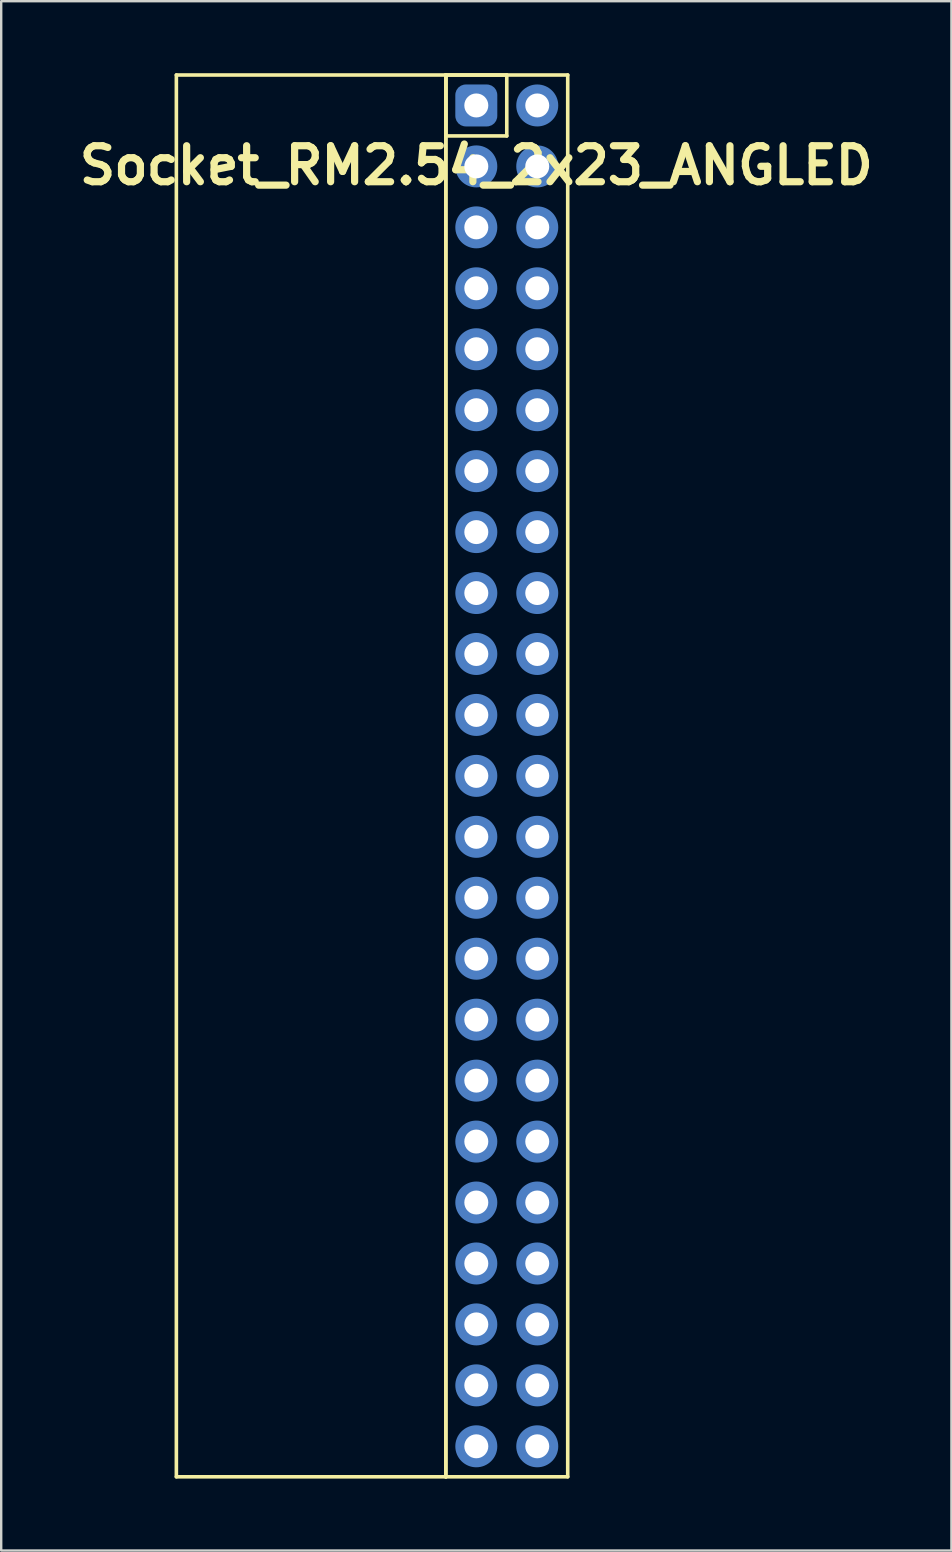
<source format=kicad_pcb>
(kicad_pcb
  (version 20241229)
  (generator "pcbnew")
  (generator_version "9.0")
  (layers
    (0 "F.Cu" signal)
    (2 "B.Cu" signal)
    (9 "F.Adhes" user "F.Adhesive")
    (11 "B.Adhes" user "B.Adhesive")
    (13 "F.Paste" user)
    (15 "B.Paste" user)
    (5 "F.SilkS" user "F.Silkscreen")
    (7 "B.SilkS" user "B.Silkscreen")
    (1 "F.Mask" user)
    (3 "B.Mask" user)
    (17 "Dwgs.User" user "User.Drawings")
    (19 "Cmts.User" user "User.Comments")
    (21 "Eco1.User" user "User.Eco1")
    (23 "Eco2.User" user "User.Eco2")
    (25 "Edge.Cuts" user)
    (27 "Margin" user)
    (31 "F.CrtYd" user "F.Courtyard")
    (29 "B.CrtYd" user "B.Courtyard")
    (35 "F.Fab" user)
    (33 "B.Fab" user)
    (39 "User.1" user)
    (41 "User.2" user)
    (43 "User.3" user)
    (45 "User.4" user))
  (footprint "Socket_RM2.54_2x23_ANGLED"
    (layer "F.Cu")
    (at 16.8 1.345)
    (property "Reference" "Socket_RM2.54_2x23_ANGLED" (at 0 2.5 0) (layer "F.SilkS") (effects (font (size 1.5 1.5) (thickness 0.3))))
    (attr through_hole)
    (fp_line (start -12.5 -1.27) (end -1.27 -1.27) (stroke (width 0.15) (type solid)) (layer "F.SilkS"))
    (fp_line (start -12.5 57.15) (end -12.5 -1.27) (stroke (width 0.15) (type solid)) (layer "F.SilkS"))
    (fp_line (start -1.27 -1.27) (end -1.27 57.15) (stroke (width 0.15) (type solid)) (layer "F.SilkS"))
    (fp_line (start -1.27 -1.27) (end 1.27 -1.27) (stroke (width 0.15) (type solid)) (layer "F.SilkS"))
    (fp_line (start -1.27 -1.27) (end 3.81 -1.27) (stroke (width 0.15) (type solid)) (layer "F.SilkS"))
    (fp_line (start -1.27 1.27) (end -1.27 -1.27) (stroke (width 0.15) (type solid)) (layer "F.SilkS"))
    (fp_line (start -1.27 57.15) (end -12.5 57.15) (stroke (width 0.15) (type solid)) (layer "F.SilkS"))
    (fp_line (start -1.27 57.15) (end -1.27 -1.27) (stroke (width 0.15) (type solid)) (layer "F.SilkS"))
    (fp_line (start 1.27 -1.27) (end 1.27 1.27) (stroke (width 0.15) (type solid)) (layer "F.SilkS"))
    (fp_line (start 1.27 1.27) (end -1.27 1.27) (stroke (width 0.15) (type solid)) (layer "F.SilkS"))
    (fp_line (start 3.81 -1.27) (end 3.81 57.15) (stroke (width 0.15) (type solid)) (layer "F.SilkS"))
    (fp_line (start 3.81 57.15) (end -1.27 57.15) (stroke (width 0.15) (type solid)) (layer "F.SilkS"))
    (pad "1" thru_hole circle (at 0 0) (size 1.3 1.3) (drill 1) (layers "*.Cu" "*.Mask"))
    (pad "1" smd roundrect (at 0 0) (size 1.5 1.5) (layers "F.Cu" "F.Mask") (roundrect_rratio 0.25))
    (pad "1" smd roundrect (at 0 0) (size 1.75 1.75) (layers "B.Cu" "B.Mask") (roundrect_rratio 0.25))
    (pad "2" thru_hole circle (at 2.54 0) (size 1.3 1.3) (drill 1) (layers "*.Cu" "*.Mask"))
    (pad "2" smd circle (at 2.54 0) (size 1.5 1.5) (layers "F.Cu" "F.Mask"))
    (pad "2" smd circle (at 2.54 0) (size 1.75 1.75) (layers "B.Cu" "B.Mask"))
    (pad "3" thru_hole circle (at 0 2.54) (size 1.3 1.3) (drill 1) (layers "*.Cu" "*.Mask"))
    (pad "3" smd circle (at 0 2.54) (size 1.5 1.5) (layers "F.Cu" "F.Mask"))
    (pad "3" smd circle (at 0 2.54) (size 1.75 1.75) (layers "B.Cu" "B.Mask"))
    (pad "4" thru_hole circle (at 2.54 2.54) (size 1.3 1.3) (drill 1) (layers "*.Cu" "*.Mask"))
    (pad "4" smd circle (at 2.54 2.54) (size 1.5 1.5) (layers "F.Cu" "F.Mask"))
    (pad "4" smd circle (at 2.54 2.54) (size 1.75 1.75) (layers "B.Cu" "B.Mask"))
    (pad "5" thru_hole circle (at 0 5.08) (size 1.3 1.3) (drill 1) (layers "*.Cu" "*.Mask"))
    (pad "5" smd circle (at 0 5.08) (size 1.5 1.5) (layers "F.Cu" "F.Mask"))
    (pad "5" smd circle (at 0 5.08) (size 1.75 1.75) (layers "B.Cu" "B.Mask"))
    (pad "6" thru_hole circle (at 2.54 5.08) (size 1.3 1.3) (drill 1) (layers "*.Cu" "*.Mask"))
    (pad "6" smd circle (at 2.54 5.08) (size 1.5 1.5) (layers "F.Cu" "F.Mask"))
    (pad "6" smd circle (at 2.54 5.08) (size 1.75 1.75) (layers "B.Cu" "B.Mask"))
    (pad "7" thru_hole circle (at 0 7.62) (size 1.3 1.3) (drill 1) (layers "*.Cu" "*.Mask"))
    (pad "7" smd circle (at 0 7.62) (size 1.5 1.5) (layers "F.Cu" "F.Mask"))
    (pad "7" smd circle (at 0 7.62) (size 1.75 1.75) (layers "B.Cu" "B.Mask"))
    (pad "8" thru_hole circle (at 2.54 7.62) (size 1.3 1.3) (drill 1) (layers "*.Cu" "*.Mask"))
    (pad "8" smd circle (at 2.54 7.62) (size 1.5 1.5) (layers "F.Cu" "F.Mask"))
    (pad "8" smd circle (at 2.54 7.62) (size 1.75 1.75) (layers "B.Cu" "B.Mask"))
    (pad "9" thru_hole circle (at 0 10.16) (size 1.3 1.3) (drill 1) (layers "*.Cu" "*.Mask"))
    (pad "9" smd circle (at 0 10.16) (size 1.5 1.5) (layers "F.Cu" "F.Mask"))
    (pad "9" smd circle (at 0 10.16) (size 1.75 1.75) (layers "B.Cu" "B.Mask"))
    (pad "10" thru_hole circle (at 2.54 10.16) (size 1.3 1.3) (drill 1) (layers "*.Cu" "*.Mask"))
    (pad "10" smd circle (at 2.54 10.16) (size 1.5 1.5) (layers "F.Cu" "F.Mask"))
    (pad "10" smd circle (at 2.54 10.16) (size 1.75 1.75) (layers "B.Cu" "B.Mask"))
    (pad "11" thru_hole circle (at 0 12.7) (size 1.3 1.3) (drill 1) (layers "*.Cu" "*.Mask"))
    (pad "11" smd circle (at 0 12.7) (size 1.5 1.5) (layers "F.Cu" "F.Mask"))
    (pad "11" smd circle (at 0 12.7) (size 1.75 1.75) (layers "B.Cu" "B.Mask"))
    (pad "12" thru_hole circle (at 2.54 12.7) (size 1.3 1.3) (drill 1) (layers "*.Cu" "*.Mask"))
    (pad "12" smd circle (at 2.54 12.7) (size 1.5 1.5) (layers "F.Cu" "F.Mask"))
    (pad "12" smd circle (at 2.54 12.7) (size 1.75 1.75) (layers "B.Cu" "B.Mask"))
    (pad "13" thru_hole circle (at 0 15.24) (size 1.3 1.3) (drill 1) (layers "*.Cu" "*.Mask"))
    (pad "13" smd circle (at 0 15.24) (size 1.5 1.5) (layers "F.Cu" "F.Mask"))
    (pad "13" smd circle (at 0 15.24) (size 1.75 1.75) (layers "B.Cu" "B.Mask"))
    (pad "14" thru_hole circle (at 2.54 15.24) (size 1.3 1.3) (drill 1) (layers "*.Cu" "*.Mask"))
    (pad "14" smd circle (at 2.54 15.24) (size 1.5 1.5) (layers "F.Cu" "F.Mask"))
    (pad "14" smd circle (at 2.54 15.24) (size 1.75 1.75) (layers "B.Cu" "B.Mask"))
    (pad "15" thru_hole circle (at 0 17.78) (size 1.3 1.3) (drill 1) (layers "*.Cu" "*.Mask"))
    (pad "15" smd circle (at 0 17.78) (size 1.5 1.5) (layers "F.Cu" "F.Mask"))
    (pad "15" smd circle (at 0 17.78) (size 1.75 1.75) (layers "B.Cu" "B.Mask"))
    (pad "16" thru_hole circle (at 2.54 17.78) (size 1.3 1.3) (drill 1) (layers "*.Cu" "*.Mask"))
    (pad "16" smd circle (at 2.54 17.78) (size 1.5 1.5) (layers "F.Cu" "F.Mask"))
    (pad "16" smd circle (at 2.54 17.78) (size 1.75 1.75) (layers "B.Cu" "B.Mask"))
    (pad "17" thru_hole circle (at 0 20.32) (size 1.3 1.3) (drill 1) (layers "*.Cu" "*.Mask"))
    (pad "17" smd circle (at 0 20.32) (size 1.5 1.5) (layers "F.Cu" "F.Mask"))
    (pad "17" smd circle (at 0 20.32) (size 1.75 1.75) (layers "B.Cu" "B.Mask"))
    (pad "18" thru_hole circle (at 2.54 20.32) (size 1.3 1.3) (drill 1) (layers "*.Cu" "*.Mask"))
    (pad "18" smd circle (at 2.54 20.32) (size 1.5 1.5) (layers "F.Cu" "F.Mask"))
    (pad "18" smd circle (at 2.54 20.32) (size 1.75 1.75) (layers "B.Cu" "B.Mask"))
    (pad "19" thru_hole circle (at 0 22.86) (size 1.3 1.3) (drill 1) (layers "*.Cu" "*.Mask"))
    (pad "19" smd circle (at 0 22.86) (size 1.5 1.5) (layers "F.Cu" "F.Mask"))
    (pad "19" smd circle (at 0 22.86) (size 1.75 1.75) (layers "B.Cu" "B.Mask"))
    (pad "20" thru_hole circle (at 2.54 22.86) (size 1.3 1.3) (drill 1) (layers "*.Cu" "*.Mask"))
    (pad "20" smd circle (at 2.54 22.86) (size 1.5 1.5) (layers "F.Cu" "F.Mask"))
    (pad "20" smd circle (at 2.54 22.86) (size 1.75 1.75) (layers "B.Cu" "B.Mask"))
    (pad "21" thru_hole circle (at 0 25.4) (size 1.3 1.3) (drill 1) (layers "*.Cu" "*.Mask"))
    (pad "21" smd circle (at 0 25.4) (size 1.5 1.5) (layers "F.Cu" "F.Mask"))
    (pad "21" smd circle (at 0 25.4) (size 1.75 1.75) (layers "B.Cu" "B.Mask"))
    (pad "22" thru_hole circle (at 2.54 25.4) (size 1.3 1.3) (drill 1) (layers "*.Cu" "*.Mask"))
    (pad "22" smd circle (at 2.54 25.4) (size 1.5 1.5) (layers "F.Cu" "F.Mask"))
    (pad "22" smd circle (at 2.54 25.4) (size 1.75 1.75) (layers "B.Cu" "B.Mask"))
    (pad "23" thru_hole circle (at 0 27.94) (size 1.3 1.3) (drill 1) (layers "*.Cu" "*.Mask"))
    (pad "23" smd circle (at 0 27.94) (size 1.5 1.5) (layers "F.Cu" "F.Mask"))
    (pad "23" smd circle (at 0 27.94) (size 1.75 1.75) (layers "B.Cu" "B.Mask"))
    (pad "24" thru_hole circle (at 2.54 27.94) (size 1.3 1.3) (drill 1) (layers "*.Cu" "*.Mask"))
    (pad "24" smd circle (at 2.54 27.94) (size 1.5 1.5) (layers "F.Cu" "F.Mask"))
    (pad "24" smd circle (at 2.54 27.94) (size 1.75 1.75) (layers "B.Cu" "B.Mask"))
    (pad "25" thru_hole circle (at 0 30.48) (size 1.3 1.3) (drill 1) (layers "*.Cu" "*.Mask"))
    (pad "25" smd circle (at 0 30.48) (size 1.5 1.5) (layers "F.Cu" "F.Mask"))
    (pad "25" smd circle (at 0 30.48) (size 1.75 1.75) (layers "B.Cu" "B.Mask"))
    (pad "26" thru_hole circle (at 2.54 30.48) (size 1.3 1.3) (drill 1) (layers "*.Cu" "*.Mask"))
    (pad "26" smd circle (at 2.54 30.48) (size 1.5 1.5) (layers "F.Cu" "F.Mask"))
    (pad "26" smd circle (at 2.54 30.48) (size 1.75 1.75) (layers "B.Cu" "B.Mask"))
    (pad "27" thru_hole circle (at 0 33.02) (size 1.3 1.3) (drill 1) (layers "*.Cu" "*.Mask"))
    (pad "27" smd circle (at 0 33.02) (size 1.5 1.5) (layers "F.Cu" "F.Mask"))
    (pad "27" smd circle (at 0 33.02) (size 1.75 1.75) (layers "B.Cu" "B.Mask"))
    (pad "28" thru_hole circle (at 2.54 33.02) (size 1.3 1.3) (drill 1) (layers "*.Cu" "*.Mask"))
    (pad "28" smd circle (at 2.54 33.02) (size 1.5 1.5) (layers "F.Cu" "F.Mask"))
    (pad "28" smd circle (at 2.54 33.02) (size 1.75 1.75) (layers "B.Cu" "B.Mask"))
    (pad "29" thru_hole circle (at 0 35.56) (size 1.3 1.3) (drill 1) (layers "*.Cu" "*.Mask"))
    (pad "29" smd circle (at 0 35.56) (size 1.5 1.5) (layers "F.Cu" "F.Mask"))
    (pad "29" smd circle (at 0 35.56) (size 1.75 1.75) (layers "B.Cu" "B.Mask"))
    (pad "30" thru_hole circle (at 2.54 35.56) (size 1.3 1.3) (drill 1) (layers "*.Cu" "*.Mask"))
    (pad "30" smd circle (at 2.54 35.56) (size 1.5 1.5) (layers "F.Cu" "F.Mask"))
    (pad "30" smd circle (at 2.54 35.56) (size 1.75 1.75) (layers "B.Cu" "B.Mask"))
    (pad "31" thru_hole circle (at 0 38.1) (size 1.3 1.3) (drill 1) (layers "*.Cu" "*.Mask"))
    (pad "31" smd circle (at 0 38.1) (size 1.5 1.5) (layers "F.Cu" "F.Mask"))
    (pad "31" smd circle (at 0 38.1) (size 1.75 1.75) (layers "B.Cu" "B.Mask"))
    (pad "32" thru_hole circle (at 2.54 38.1) (size 1.3 1.3) (drill 1) (layers "*.Cu" "*.Mask"))
    (pad "32" smd circle (at 2.54 38.1) (size 1.5 1.5) (layers "F.Cu" "F.Mask"))
    (pad "32" smd circle (at 2.54 38.1) (size 1.75 1.75) (layers "B.Cu" "B.Mask"))
    (pad "33" thru_hole circle (at 0 40.64) (size 1.3 1.3) (drill 1) (layers "*.Cu" "*.Mask"))
    (pad "33" smd circle (at 0 40.64) (size 1.5 1.5) (layers "F.Cu" "F.Mask"))
    (pad "33" smd circle (at 0 40.64) (size 1.75 1.75) (layers "B.Cu" "B.Mask"))
    (pad "34" thru_hole circle (at 2.54 40.64) (size 1.3 1.3) (drill 1) (layers "*.Cu" "*.Mask"))
    (pad "34" smd circle (at 2.54 40.64) (size 1.5 1.5) (layers "F.Cu" "F.Mask"))
    (pad "34" smd circle (at 2.54 40.64) (size 1.75 1.75) (layers "B.Cu" "B.Mask"))
    (pad "35" thru_hole circle (at 0 43.18) (size 1.3 1.3) (drill 1) (layers "*.Cu" "*.Mask"))
    (pad "35" smd circle (at 0 43.18) (size 1.5 1.5) (layers "F.Cu" "F.Mask"))
    (pad "35" smd circle (at 0 43.18) (size 1.75 1.75) (layers "B.Cu" "B.Mask"))
    (pad "36" thru_hole circle (at 2.54 43.18) (size 1.3 1.3) (drill 1) (layers "*.Cu" "*.Mask"))
    (pad "36" smd circle (at 2.54 43.18) (size 1.5 1.5) (layers "F.Cu" "F.Mask"))
    (pad "36" smd circle (at 2.54 43.18) (size 1.75 1.75) (layers "B.Cu" "B.Mask"))
    (pad "37" thru_hole circle (at 0 45.72) (size 1.3 1.3) (drill 1) (layers "*.Cu" "*.Mask"))
    (pad "37" smd circle (at 0 45.72) (size 1.5 1.5) (layers "F.Cu" "F.Mask"))
    (pad "37" smd circle (at 0 45.72) (size 1.75 1.75) (layers "B.Cu" "B.Mask"))
    (pad "38" thru_hole circle (at 2.54 45.72) (size 1.3 1.3) (drill 1) (layers "*.Cu" "*.Mask"))
    (pad "38" smd circle (at 2.54 45.72) (size 1.5 1.5) (layers "F.Cu" "F.Mask"))
    (pad "38" smd circle (at 2.54 45.72) (size 1.75 1.75) (layers "B.Cu" "B.Mask"))
    (pad "39" thru_hole circle (at 0 48.26) (size 1.3 1.3) (drill 1) (layers "*.Cu" "*.Mask"))
    (pad "39" smd circle (at 0 48.26) (size 1.5 1.5) (layers "F.Cu" "F.Mask"))
    (pad "39" smd circle (at 0 48.26) (size 1.75 1.75) (layers "B.Cu" "B.Mask"))
    (pad "40" thru_hole circle (at 2.54 48.26) (size 1.3 1.3) (drill 1) (layers "*.Cu" "*.Mask"))
    (pad "40" smd circle (at 2.54 48.26) (size 1.5 1.5) (layers "F.Cu" "F.Mask"))
    (pad "40" smd circle (at 2.54 48.26) (size 1.75 1.75) (layers "B.Cu" "B.Mask"))
    (pad "41" thru_hole circle (at 0 50.8) (size 1.3 1.3) (drill 1) (layers "*.Cu" "*.Mask"))
    (pad "41" smd circle (at 0 50.8) (size 1.5 1.5) (layers "F.Cu" "F.Mask"))
    (pad "41" smd circle (at 0 50.8) (size 1.75 1.75) (layers "B.Cu" "B.Mask"))
    (pad "42" thru_hole circle (at 2.54 50.8) (size 1.3 1.3) (drill 1) (layers "*.Cu" "*.Mask"))
    (pad "42" smd circle (at 2.54 50.8) (size 1.5 1.5) (layers "F.Cu" "F.Mask"))
    (pad "42" smd circle (at 2.54 50.8) (size 1.75 1.75) (layers "B.Cu" "B.Mask"))
    (pad "43" thru_hole circle (at 0 53.34) (size 1.3 1.3) (drill 1) (layers "*.Cu" "*.Mask"))
    (pad "43" smd circle (at 0 53.34) (size 1.5 1.5) (layers "F.Cu" "F.Mask"))
    (pad "43" smd circle (at 0 53.34) (size 1.75 1.75) (layers "B.Cu" "B.Mask"))
    (pad "44" thru_hole circle (at 2.54 53.34) (size 1.3 1.3) (drill 1) (layers "*.Cu" "*.Mask"))
    (pad "44" smd circle (at 2.54 53.34) (size 1.5 1.5) (layers "F.Cu" "F.Mask"))
    (pad "44" smd circle (at 2.54 53.34) (size 1.75 1.75) (layers "B.Cu" "B.Mask"))
    (pad "45" thru_hole circle (at 0 55.88) (size 1.3 1.3) (drill 1) (layers "*.Cu" "*.Mask"))
    (pad "45" smd circle (at 0 55.88) (size 1.5 1.5) (layers "F.Cu" "F.Mask"))
    (pad "45" smd circle (at 0 55.88) (size 1.75 1.75) (layers "B.Cu" "B.Mask"))
    (pad "46" thru_hole circle (at 2.54 55.88) (size 1.3 1.3) (drill 1) (layers "*.Cu" "*.Mask"))
    (pad "46" smd circle (at 2.54 55.88) (size 1.5 1.5) (layers "F.Cu" "F.Mask"))
    (pad "46" smd circle (at 2.54 55.88) (size 1.75 1.75) (layers "B.Cu" "B.Mask")))
  (gr_rect
    (start -3 -3)
    (end 36.6 61.57)
    (stroke (width 0.1) (type default))
    (fill no)
    (layer "Edge.Cuts")))
</source>
